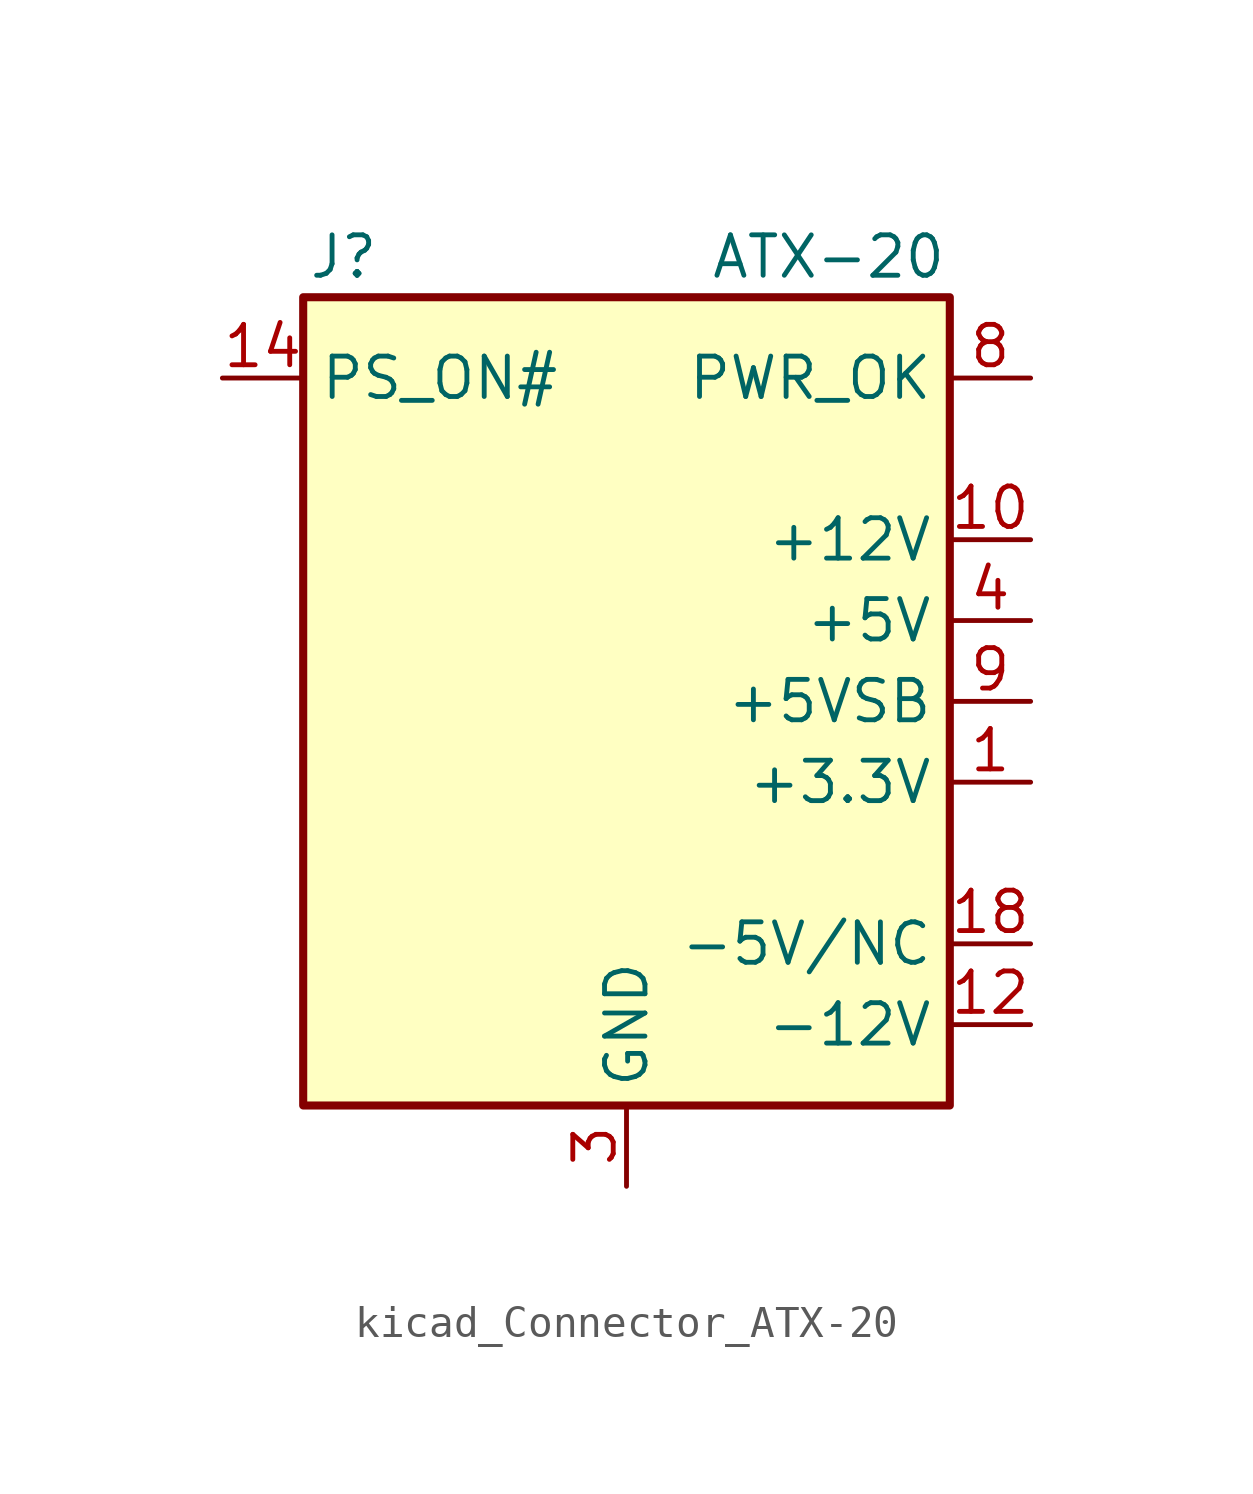
<source format=kicad_sym>
(kicad_symbol_lib
  (version 20220914)
  (generator kicad_symbol_editor)
  (symbol "kicad_Connector_ATX-20"
    (property "Reference" "J"
      (at -8.89 13.97 0)
      (effects (font (size 1.27 1.27))))
    (property "Value" "ATX-20"
      (at 6.35 13.97 0)
      (effects (font (size 1.27 1.27))))
    (symbol "kicad_Connector_ATX-20_0_1"
      (rectangle (start -10.16 12.7) (end 10.16 -12.7) (stroke (width 0.254) (type default)) (fill (type background))))
    (symbol "kicad_Connector_ATX-20_1_1"
      (pin power_out line (at 12.7 -2.54 180) (length 2.54) (name "+3.3V" (effects (font (size 1.27 1.27)))) (number "1" (effects (font (size 1.27 1.27)))))
      (pin power_out line (at 12.7 5.08 180) (length 2.54) (name "+12V" (effects (font (size 1.27 1.27)))) (number "10" (effects (font (size 1.27 1.27)))))
      (pin passive line (at 12.7 -2.54 180) (length 2.54) hide (name "+3.3V" (effects (font (size 1.27 1.27)))) (number "11" (effects (font (size 1.27 1.27)))))
      (pin power_out line (at 12.7 -10.16 180) (length 2.54) (name "-12V" (effects (font (size 1.27 1.27)))) (number "12" (effects (font (size 1.27 1.27)))))
      (pin passive line (at 0 -15.24 90) (length 2.54) hide (name "GND" (effects (font (size 1.27 1.27)))) (number "13" (effects (font (size 1.27 1.27)))))
      (pin open_collector line (at -12.7 10.16 0) (length 2.54) (name "PS_ON#" (effects (font (size 1.27 1.27)))) (number "14" (effects (font (size 1.27 1.27)))))
      (pin passive line (at 0 -15.24 90) (length 2.54) hide (name "GND" (effects (font (size 1.27 1.27)))) (number "15" (effects (font (size 1.27 1.27)))))
      (pin passive line (at 0 -15.24 90) (length 2.54) hide (name "GND" (effects (font (size 1.27 1.27)))) (number "16" (effects (font (size 1.27 1.27)))))
      (pin passive line (at 0 -15.24 90) (length 2.54) hide (name "GND" (effects (font (size 1.27 1.27)))) (number "17" (effects (font (size 1.27 1.27)))))
      (pin power_out line (at 12.7 -7.62 180) (length 2.54) (name "-5V/NC" (effects (font (size 1.27 1.27)))) (number "18" (effects (font (size 1.27 1.27)))))
      (pin passive line (at 12.7 2.54 180) (length 2.54) hide (name "+5V" (effects (font (size 1.27 1.27)))) (number "19" (effects (font (size 1.27 1.27)))))
      (pin passive line (at 12.7 -2.54 180) (length 2.54) hide (name "+3.3V" (effects (font (size 1.27 1.27)))) (number "2" (effects (font (size 1.27 1.27)))))
      (pin passive line (at 12.7 2.54 180) (length 2.54) hide (name "+5V" (effects (font (size 1.27 1.27)))) (number "20" (effects (font (size 1.27 1.27)))))
      (pin power_out line (at 0 -15.24 90) (length 2.54) (name "GND" (effects (font (size 1.27 1.27)))) (number "3" (effects (font (size 1.27 1.27)))))
      (pin power_out line (at 12.7 2.54 180) (length 2.54) (name "+5V" (effects (font (size 1.27 1.27)))) (number "4" (effects (font (size 1.27 1.27)))))
      (pin passive line (at 0 -15.24 90) (length 2.54) hide (name "GND" (effects (font (size 1.27 1.27)))) (number "5" (effects (font (size 1.27 1.27)))))
      (pin passive line (at 12.7 2.54 180) (length 2.54) hide (name "+5V" (effects (font (size 1.27 1.27)))) (number "6" (effects (font (size 1.27 1.27)))))
      (pin passive line (at 0 -15.24 90) (length 2.54) hide (name "GND" (effects (font (size 1.27 1.27)))) (number "7" (effects (font (size 1.27 1.27)))))
      (pin output line (at 12.7 10.16 180) (length 2.54) (name "PWR_OK" (effects (font (size 1.27 1.27)))) (number "8" (effects (font (size 1.27 1.27)))))
      (pin power_out line (at 12.7 0 180) (length 2.54) (name "+5VSB" (effects (font (size 1.27 1.27)))) (number "9" (effects (font (size 1.27 1.27))))))))
</source>
